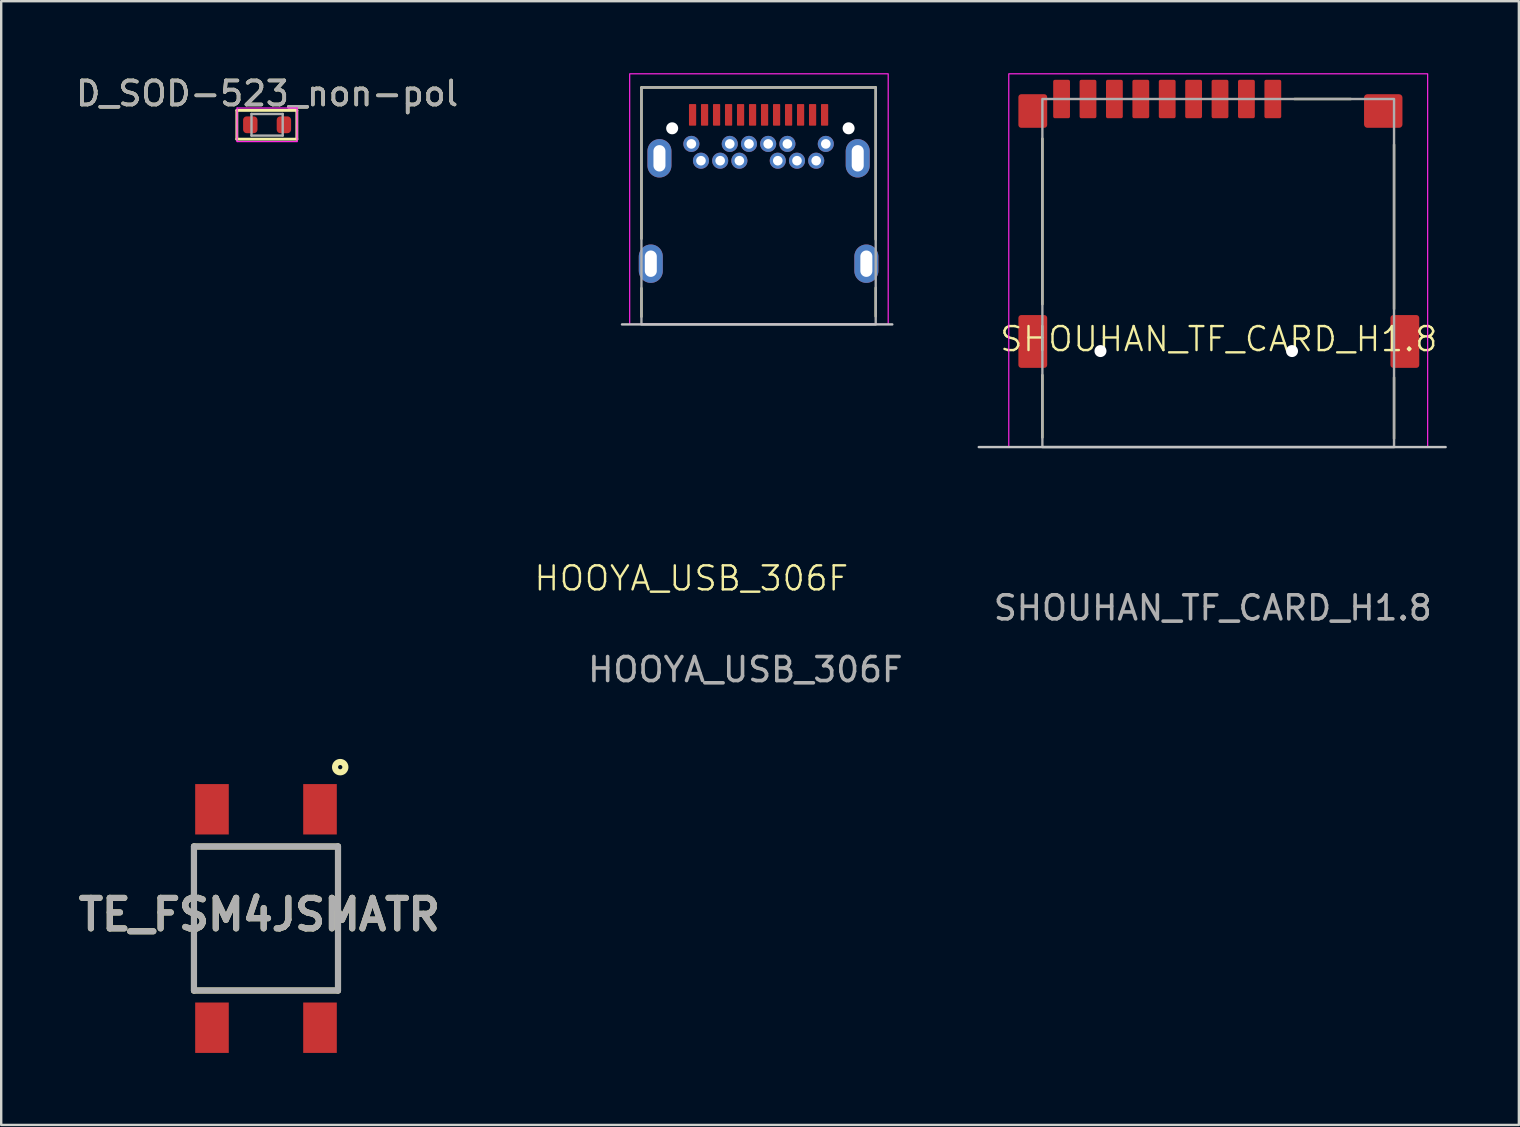
<source format=kicad_pcb>
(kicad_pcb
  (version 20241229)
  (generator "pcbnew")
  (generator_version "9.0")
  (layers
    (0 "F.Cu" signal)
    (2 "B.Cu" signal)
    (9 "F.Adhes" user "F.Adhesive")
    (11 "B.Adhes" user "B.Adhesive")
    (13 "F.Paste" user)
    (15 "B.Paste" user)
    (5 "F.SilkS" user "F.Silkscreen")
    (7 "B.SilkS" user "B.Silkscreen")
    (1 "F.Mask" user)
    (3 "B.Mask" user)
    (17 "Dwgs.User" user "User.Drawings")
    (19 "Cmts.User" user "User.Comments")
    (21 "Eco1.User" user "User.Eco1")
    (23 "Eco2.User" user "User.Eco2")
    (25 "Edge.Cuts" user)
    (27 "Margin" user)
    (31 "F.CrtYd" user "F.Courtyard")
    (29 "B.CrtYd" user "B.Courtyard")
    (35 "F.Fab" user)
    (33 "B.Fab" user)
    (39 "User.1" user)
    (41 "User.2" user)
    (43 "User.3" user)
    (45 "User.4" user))
  (footprint "TE_FSM4JSMATR"
    (layer "F.Cu")
    (at 8.031 35.214)
    (property "Reference" "TE_FSM4JSMATR" (at -0.278 -0.163 0) (layer "F.SilkS") (effects (font (size 1.27 1.27) (thickness 0.254))))
    (attr smd)
    (fp_line (start -3 -3) (end 3 -3) (stroke (width 0.254) (type solid)) (layer "F.SilkS"))
    (fp_line (start -3 3) (end -3 -3) (stroke (width 0.254) (type solid)) (layer "F.SilkS"))
    (fp_line (start 3 -3) (end 3 3) (stroke (width 0.254) (type solid)) (layer "F.SilkS"))
    (fp_line (start 3 3) (end -3 3) (stroke (width 0.254) (type solid)) (layer "F.SilkS"))
    (fp_circle (center 3.092 -6.305) (end 3.092 -6.216) (stroke (width 0.254) (type solid)) (fill no) (layer "F.SilkS"))
    (fp_line (start -3 -3) (end 3 -3) (stroke (width 0.254) (type solid)) (layer "F.Fab"))
    (fp_line (start -3 3) (end -3 -3) (stroke (width 0.254) (type solid)) (layer "F.Fab"))
    (fp_line (start 3 -3) (end 3 3) (stroke (width 0.254) (type solid)) (layer "F.Fab"))
    (fp_line (start 3 3) (end -3 3) (stroke (width 0.254) (type solid)) (layer "F.Fab"))
    (fp_text user "${REFERENCE}" (at -0.278 -0.163 0) (layer "F.Fab") (effects (font (size 1.27 1.27) (thickness 0.254))))
    (pad "1" smd rect (at 2.25 -4.55) (size 1.4 2.1) (layers "F.Cu" "F.Mask" "F.Paste"))
    (pad "2" smd rect (at 2.25 4.55) (size 1.4 2.1) (layers "F.Cu" "F.Mask" "F.Paste"))
    (pad "3" smd rect (at -2.25 -4.55) (size 1.4 2.1) (layers "F.Cu" "F.Mask" "F.Paste"))
    (pad "4" smd rect (at -2.25 4.55) (size 1.4 2.1) (layers "F.Cu" "F.Mask" "F.Paste")))
  (footprint "HOOYA_USB_306F"
    (layer "F.Cu")
    (at 24.952 2.295)
    (property "Reference" "HOOYA_USB_306F" (at 0.8 18.75 0) (unlocked yes) (layer "F.SilkS") (effects (font (size 1 1) (thickness 0.1))))
    (attr smd)
    (fp_line (start -1.28 -1.7) (end 8.48 -1.7) (stroke (width 0.1) (type default)) (layer "F.SilkS"))
    (fp_line (start -1.28 4.6) (end -1.28 -1.7) (stroke (width 0.1) (type default)) (layer "F.SilkS"))
    (fp_line (start -1.28 7.85) (end -1.28 6.66) (stroke (width 0.1) (type default)) (layer "F.SilkS"))
    (fp_line (start 8.48 -1.7) (end 8.48 4.63) (stroke (width 0.1) (type default)) (layer "F.SilkS"))
    (fp_line (start 8.48 7.835) (end 8.48 6.645) (stroke (width 0.1) (type default)) (layer "F.SilkS"))
    (fp_line (start -2.09 8.17) (end 9.17 8.17) (stroke (width 0.1) (type default)) (layer "Dwgs.User"))
    (fp_rect (start -1.77 -2.27) (end 9 8.17) (stroke (width 0.05) (type default)) (fill no) (layer "F.CrtYd"))
    (fp_rect (start -1.28 -1.7) (end 8.48 8.17) (stroke (width 0.1) (type default)) (fill no) (layer "F.Fab"))
    (fp_text user "${REFERENCE}" (at 3.05 22.55 0) (unlocked yes) (layer "F.Fab") (effects (font (size 1 1) (thickness 0.15))))
    (pad "" np_thru_hole circle (at 0 0) (size 0.5 0.5) (drill 0.65) (layers "*.Cu" "*.Mask"))
    (pad "" np_thru_hole circle (at 7.35 0) (size 0.5 0.5) (drill oval 0.95 0.65) (layers "*.Cu" "*.Mask"))
    (pad "A1" smd roundrect (at 0.85 -0.56) (size 0.3 0.9) (layers "F.Cu" "F.Mask" "F.Paste") (roundrect_rratio 0.1))
    (pad "A2" smd roundrect (at 1.35 -0.56) (size 0.3 0.9) (layers "F.Cu" "F.Mask" "F.Paste") (roundrect_rratio 0.1))
    (pad "A3" smd roundrect (at 1.85 -0.56) (size 0.3 0.9) (layers "F.Cu" "F.Mask" "F.Paste") (roundrect_rratio 0.1))
    (pad "A4" smd roundrect (at 2.35 -0.56) (size 0.3 0.9) (layers "F.Cu" "F.Mask" "F.Paste") (roundrect_rratio 0.1))
    (pad "A5" smd roundrect (at 2.85 -0.56) (size 0.3 0.9) (layers "F.Cu" "F.Mask" "F.Paste") (roundrect_rratio 0.1))
    (pad "A6" smd roundrect (at 3.35 -0.56) (size 0.3 0.9) (layers "F.Cu" "F.Mask" "F.Paste") (roundrect_rratio 0.1))
    (pad "A7" smd roundrect (at 3.85 -0.56) (size 0.3 0.9) (layers "F.Cu" "F.Mask" "F.Paste") (roundrect_rratio 0.1))
    (pad "A8" smd roundrect (at 4.35 -0.56) (size 0.3 0.9) (layers "F.Cu" "F.Mask" "F.Paste") (roundrect_rratio 0.1))
    (pad "A9" smd roundrect (at 4.85 -0.56) (size 0.3 0.9) (layers "F.Cu" "F.Mask" "F.Paste") (roundrect_rratio 0.1))
    (pad "A10" smd roundrect (at 5.35 -0.56) (size 0.3 0.9) (layers "F.Cu" "F.Mask" "F.Paste") (roundrect_rratio 0.1))
    (pad "A11" smd roundrect (at 5.85 -0.56) (size 0.3 0.9) (layers "F.Cu" "F.Mask" "F.Paste") (roundrect_rratio 0.1))
    (pad "A12" smd roundrect (at 6.35 -0.56) (size 0.3 0.9) (layers "F.Cu" "F.Mask" "F.Paste") (roundrect_rratio 0.1))
    (pad "B1" thru_hole circle (at 6.4 0.65) (size 0.67 0.67) (drill 0.4) (layers "*.Cu" "*.Mask"))
    (pad "B2" thru_hole circle (at 6 1.35) (size 0.67 0.67) (drill 0.4) (layers "*.Cu" "*.Mask"))
    (pad "B3" thru_hole circle (at 5.2 1.35) (size 0.67 0.67) (drill 0.4) (layers "*.Cu" "*.Mask"))
    (pad "B4" thru_hole circle (at 4.8 0.65) (size 0.67 0.67) (drill 0.4) (layers "*.Cu" "*.Mask"))
    (pad "B5" thru_hole circle (at 4.4 1.35) (size 0.67 0.67) (drill 0.4) (layers "*.Cu" "*.Mask"))
    (pad "B6" thru_hole circle (at 4 0.65) (size 0.67 0.67) (drill 0.4) (layers "*.Cu" "*.Mask"))
    (pad "B7" thru_hole circle (at 3.2 0.65) (size 0.67 0.67) (drill 0.4) (layers "*.Cu" "*.Mask"))
    (pad "B8" thru_hole circle (at 2.8 1.35) (size 0.67 0.67) (drill 0.4) (layers "*.Cu" "*.Mask"))
    (pad "B9" thru_hole circle (at 2.4 0.65) (size 0.67 0.67) (drill 0.4) (layers "*.Cu" "*.Mask"))
    (pad "B10" thru_hole circle (at 2 1.35) (size 0.67 0.67) (drill 0.4) (layers "*.Cu" "*.Mask"))
    (pad "B11" thru_hole circle (at 1.2 1.35) (size 0.67 0.67) (drill 0.4) (layers "*.Cu" "*.Mask"))
    (pad "B12" thru_hole circle (at 0.8 0.65) (size 0.67 0.67) (drill 0.4) (layers "*.Cu" "*.Mask"))
    (pad "SH" thru_hole oval (at -0.89 5.64) (size 1 1.6) (drill oval 0.5 1.1) (layers "*.Cu" "*.Mask"))
    (pad "SH" thru_hole oval (at -0.53 1.25) (size 1 1.6) (drill oval 0.5 1.1) (layers "*.Cu" "*.Mask"))
    (pad "SH" thru_hole oval (at 7.73 1.25) (size 1 1.6) (drill oval 0.5 1.1) (layers "*.Cu" "*.Mask"))
    (pad "SH" thru_hole oval (at 8.09 5.64) (size 1 1.6) (drill oval 0.5 1.1) (layers "*.Cu" "*.Mask")))
  (footprint "SHOUHAN_TF_CARD_H1.8"
    (layer "F.Cu")
    (at 47.725 11.575)
    (property "Reference" "SHOUHAN_TF_CARD_H1.8" (at 0 -0.5 0) (unlocked yes) (layer "F.SilkS") (effects (font (size 1 1) (thickness 0.1))))
    (attr smd)
    (fp_line (start -7.35 -1.95) (end -7.35 -8.85) (stroke (width 0.1) (type default)) (layer "F.SilkS"))
    (fp_line (start -7.35 3.6) (end -7.35 1) (stroke (width 0.1) (type default)) (layer "F.SilkS"))
    (fp_line (start 3.15 -10.5) (end 5.5 -10.5) (stroke (width 0.1) (type default)) (layer "F.SilkS"))
    (fp_line (start 7.3 -8.6) (end 7.3 -1.75) (stroke (width 0.1) (type default)) (layer "F.SilkS"))
    (fp_line (start 7.3 1.1) (end 7.3 3.65) (stroke (width 0.1) (type default)) (layer "F.SilkS"))
    (fp_line (start -10 4) (end 9.45 4) (stroke (width 0.1) (type default)) (layer "Dwgs.User"))
    (fp_rect (start -8.75 -11.55) (end 8.7 4) (stroke (width 0.05) (type default)) (fill no) (layer "F.CrtYd"))
    (fp_rect (start -7.35 -10.5) (end 7.3 4) (stroke (width 0.1) (type default)) (fill no) (layer "F.Fab"))
    (fp_text user "${REFERENCE}" (at -0.25 10.7 0) (unlocked yes) (layer "F.Fab") (effects (font (size 1 1) (thickness 0.15))))
    (pad "" np_thru_hole circle (at -4.93 0) (size 0.5 0.5) (drill 1) (layers "*.Cu" "*.Mask"))
    (pad "" np_thru_hole circle (at 3.05 0) (size 0.5 0.5) (drill 1) (layers "*.Cu" "*.Mask"))
    (pad "1" smd roundrect (at 2.25 -10.5) (size 0.7 1.6) (layers "F.Cu" "F.Mask" "F.Paste") (roundrect_rratio 0.1))
    (pad "2" smd roundrect (at 1.15 -10.5) (size 0.7 1.6) (layers "F.Cu" "F.Mask" "F.Paste") (roundrect_rratio 0.1))
    (pad "3" smd roundrect (at 0.05 -10.5) (size 0.7 1.6) (layers "F.Cu" "F.Mask" "F.Paste") (roundrect_rratio 0.1))
    (pad "4" smd roundrect (at -1.05 -10.5) (size 0.7 1.6) (layers "F.Cu" "F.Mask" "F.Paste") (roundrect_rratio 0.1))
    (pad "5" smd roundrect (at -2.15 -10.5) (size 0.7 1.6) (layers "F.Cu" "F.Mask" "F.Paste") (roundrect_rratio 0.1))
    (pad "6" smd roundrect (at -3.25 -10.5) (size 0.7 1.6) (layers "F.Cu" "F.Mask" "F.Paste") (roundrect_rratio 0.1))
    (pad "7" smd roundrect (at -4.35 -10.5) (size 0.7 1.6) (layers "F.Cu" "F.Mask" "F.Paste") (roundrect_rratio 0.1))
    (pad "8" smd roundrect (at -5.45 -10.5) (size 0.7 1.6) (layers "F.Cu" "F.Mask" "F.Paste") (roundrect_rratio 0.1))
    (pad "9" smd roundrect (at -6.55 -10.5) (size 0.7 1.6) (layers "F.Cu" "F.Mask" "F.Paste") (roundrect_rratio 0.1))
    (pad "SH" smd roundrect (at -7.75 -10) (size 1.2 1.4) (layers "F.Cu" "F.Mask" "F.Paste") (roundrect_rratio 0.1))
    (pad "SH" smd roundrect (at -7.75 -0.4) (size 1.2 2.2) (layers "F.Cu" "F.Mask" "F.Paste") (roundrect_rratio 0.1))
    (pad "SH" smd roundrect (at 6.85 -10) (size 1.6 1.4) (layers "F.Cu" "F.Mask" "F.Paste") (roundrect_rratio 0.1))
    (pad "SH" smd roundrect (at 7.75 -0.4) (size 1.2 2.2) (layers "F.Cu" "F.Mask" "F.Paste") (roundrect_rratio 0.1)))
  (footprint "D_SOD-523_non-pol"
    (layer "F.Cu")
    (at 8.077 2.148)
    (property "Reference" "D_SOD-523_non-pol" (at 0 -1.3 0) (layer "F.SilkS") (effects (font (size 1 1) (thickness 0.15))))
    (attr smd)
    (fp_line (start -1.26 -0.6) (end -1.26 0.6) (stroke (width 0.12) (type solid)) (layer "F.SilkS"))
    (fp_line (start 1.24 -0.6) (end -1.26 -0.6) (stroke (width 0.12) (type solid)) (layer "F.SilkS"))
    (fp_line (start 1.24 -0.6) (end 1.24 0.6) (stroke (width 0.12) (type solid)) (layer "F.SilkS"))
    (fp_line (start 1.24 0.6) (end -1.26 0.6) (stroke (width 0.12) (type solid)) (layer "F.SilkS"))
    (fp_line (start -1.25 -0.7) (end 1.25 -0.7) (stroke (width 0.05) (type solid)) (layer "F.CrtYd"))
    (fp_line (start -1.25 0.7) (end -1.25 -0.7) (stroke (width 0.05) (type solid)) (layer "F.CrtYd"))
    (fp_line (start 1.25 -0.7) (end 1.25 0.7) (stroke (width 0.05) (type solid)) (layer "F.CrtYd"))
    (fp_line (start 1.25 0.7) (end -1.25 0.7) (stroke (width 0.05) (type solid)) (layer "F.CrtYd"))
    (fp_line (start -0.65 -0.45) (end 0.65 -0.45) (stroke (width 0.1) (type solid)) (layer "F.Fab"))
    (fp_line (start -0.65 0.45) (end -0.65 -0.45) (stroke (width 0.1) (type solid)) (layer "F.Fab"))
    (fp_line (start 0.65 -0.45) (end 0.65 0.45) (stroke (width 0.1) (type solid)) (layer "F.Fab"))
    (fp_line (start 0.65 0.45) (end -0.65 0.45) (stroke (width 0.1) (type solid)) (layer "F.Fab"))
    (fp_text user "${REFERENCE}" (at 0 -1.3 0) (layer "F.Fab") (effects (font (size 1 1) (thickness 0.15))))
    (pad "1" smd roundrect (at -0.7 0 180) (size 0.6 0.7) (layers "F.Cu" "F.Mask" "F.Paste") (roundrect_rratio 0.25))
    (pad "2" smd roundrect (at 0.7 0 180) (size 0.6 0.7) (layers "F.Cu" "F.Mask" "F.Paste") (roundrect_rratio 0.25)))
  (gr_rect
    (start -3 -3)
    (end 60.225 43.814)
    (stroke (width 0.1) (type default))
    (fill no)
    (layer "Edge.Cuts")))
</source>
